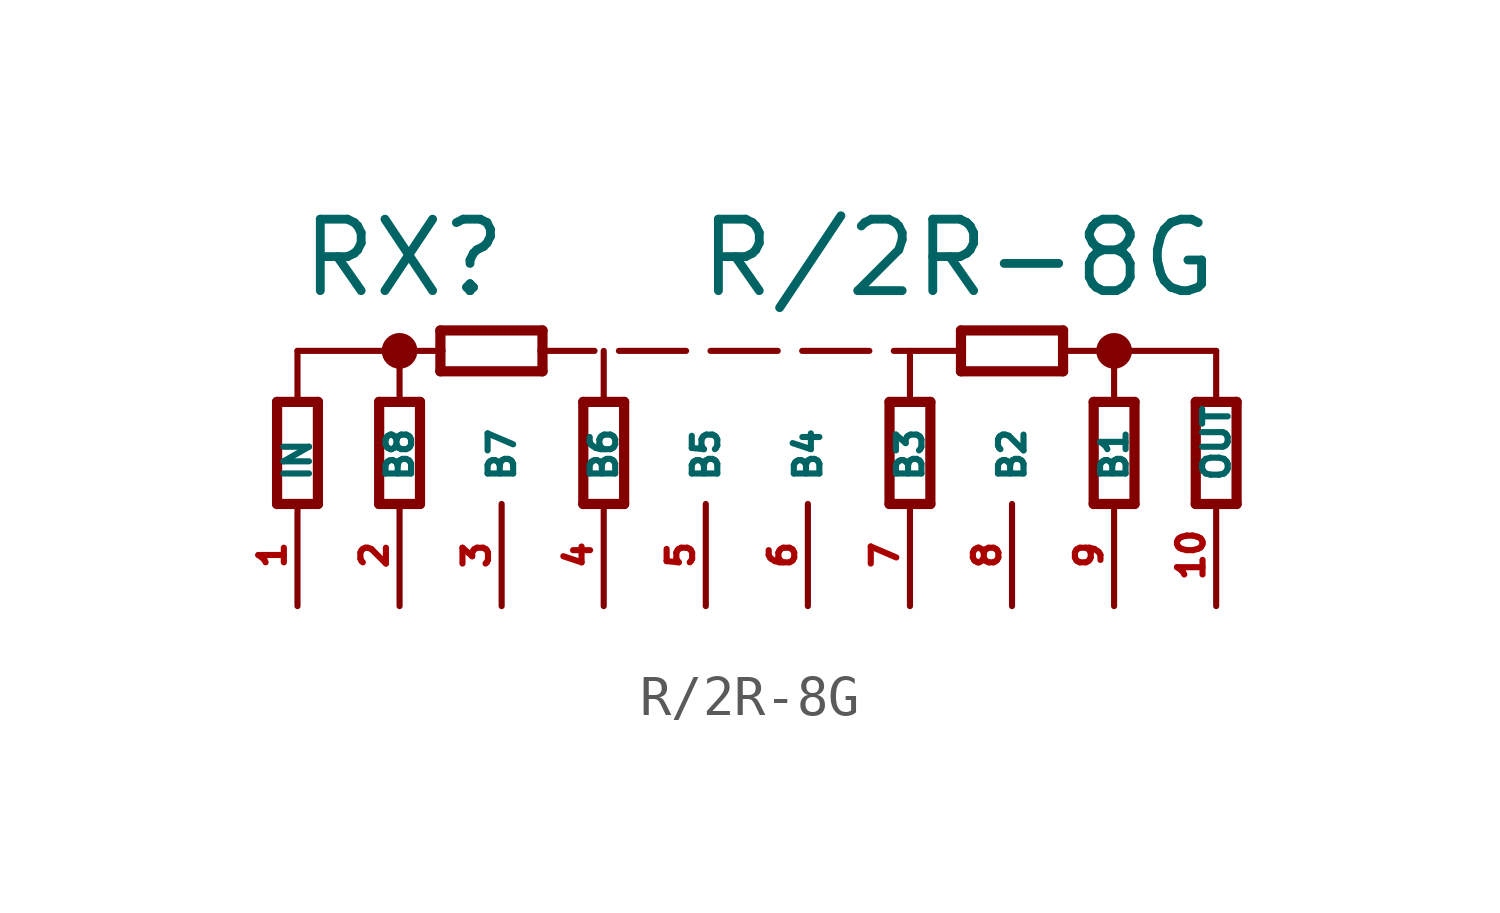
<source format=kicad_sym>
(kicad_symbol_lib
  (version 20220914)
  (generator Eagle2Kicad)
  (symbol "R/2R-8G"
    (property "Reference" "RX"
      (at -10.16 2.54 0)
      (effects (font (size 1.778 1.778) (thickness 0.22)) (justify left bottom)))
    (property "Value" "R/2R-8G"
      (at -0.254 2.54 0)
      (effects (font (size 1.778 1.778) (thickness 0.22)) (justify left bottom)))
    (polyline
      (pts (xy 9.652 -2.54) (xy 9.652 0))
      (stroke (width 0.254) (type default))
      (fill (type none)))
    (polyline
      (pts (xy 10.668 0) (xy 10.668 -2.54))
      (stroke (width 0.254) (type default))
      (fill (type none)))
    (polyline
      (pts (xy 9.652 0) (xy 10.16 0))
      (stroke (width 0.254) (type default))
      (fill (type none)))
    (polyline
      (pts (xy 10.16 0) (xy 10.668 0))
      (stroke (width 0.254) (type default))
      (fill (type none)))
    (polyline
      (pts (xy 10.668 -2.54) (xy 9.652 -2.54))
      (stroke (width 0.254) (type default))
      (fill (type none)))
    (polyline
      (pts (xy 6.35 1.778) (xy 8.89 1.778))
      (stroke (width 0.254) (type default))
      (fill (type none)))
    (polyline
      (pts (xy 8.89 0.762) (xy 6.35 0.762))
      (stroke (width 0.254) (type default))
      (fill (type none)))
    (polyline
      (pts (xy 8.89 1.778) (xy 8.89 1.27))
      (stroke (width 0.254) (type default))
      (fill (type none)))
    (polyline
      (pts (xy 8.89 1.27) (xy 8.89 0.762))
      (stroke (width 0.254) (type default))
      (fill (type none)))
    (polyline
      (pts (xy 6.35 0.762) (xy 6.35 1.27))
      (stroke (width 0.254) (type default))
      (fill (type none)))
    (polyline
      (pts (xy 6.35 1.27) (xy 6.35 1.778))
      (stroke (width 0.254) (type default))
      (fill (type none)))
    (polyline
      (pts (xy 8.89 1.27) (xy 10.16 1.27))
      (stroke (width 0.152) (type default))
      (fill (type none)))
    (polyline
      (pts (xy 10.16 1.27) (xy 12.7 1.27))
      (stroke (width 0.152) (type default))
      (fill (type none)))
    (polyline
      (pts (xy 12.7 0) (xy 12.7 1.27))
      (stroke (width 0.152) (type default))
      (fill (type none)))
    (polyline
      (pts (xy 10.16 0) (xy 10.16 1.27))
      (stroke (width 0.152) (type default))
      (fill (type none)))
    (polyline
      (pts (xy -7.62 1.27) (xy -10.16 1.27))
      (stroke (width 0.152) (type default))
      (fill (type none)))
    (polyline
      (pts (xy -10.16 0) (xy -10.16 1.27))
      (stroke (width 0.152) (type default))
      (fill (type none)))
    (polyline
      (pts (xy -6.604 1.778) (xy -4.064 1.778))
      (stroke (width 0.254) (type default))
      (fill (type none)))
    (polyline
      (pts (xy -4.064 0.762) (xy -6.604 0.762))
      (stroke (width 0.254) (type default))
      (fill (type none)))
    (polyline
      (pts (xy -4.064 1.778) (xy -4.064 1.27))
      (stroke (width 0.254) (type default))
      (fill (type none)))
    (polyline
      (pts (xy -4.064 1.27) (xy -4.064 0.762))
      (stroke (width 0.254) (type default))
      (fill (type none)))
    (polyline
      (pts (xy -6.604 0.762) (xy -6.604 1.27))
      (stroke (width 0.254) (type default))
      (fill (type none)))
    (polyline
      (pts (xy -6.604 1.27) (xy -6.604 1.778))
      (stroke (width 0.254) (type default))
      (fill (type none)))
    (polyline
      (pts (xy -7.62 1.27) (xy -6.604 1.27))
      (stroke (width 0.152) (type default))
      (fill (type none)))
    (polyline
      (pts (xy -7.62 0) (xy -7.62 1.27))
      (stroke (width 0.152) (type default))
      (fill (type none)))
    (polyline
      (pts (xy 12.192 -2.54) (xy 12.192 0))
      (stroke (width 0.254) (type default))
      (fill (type none)))
    (polyline
      (pts (xy 13.208 0) (xy 13.208 -2.54))
      (stroke (width 0.254) (type default))
      (fill (type none)))
    (polyline
      (pts (xy 12.192 0) (xy 12.7 0))
      (stroke (width 0.254) (type default))
      (fill (type none)))
    (polyline
      (pts (xy 12.7 0) (xy 13.208 0))
      (stroke (width 0.254) (type default))
      (fill (type none)))
    (polyline
      (pts (xy 13.208 -2.54) (xy 12.192 -2.54))
      (stroke (width 0.254) (type default))
      (fill (type none)))
    (polyline
      (pts (xy -10.668 -2.54) (xy -10.668 0))
      (stroke (width 0.254) (type default))
      (fill (type none)))
    (polyline
      (pts (xy -9.652 0) (xy -9.652 -2.54))
      (stroke (width 0.254) (type default))
      (fill (type none)))
    (polyline
      (pts (xy -10.668 0) (xy -10.16 0))
      (stroke (width 0.254) (type default))
      (fill (type none)))
    (polyline
      (pts (xy -10.16 0) (xy -9.652 0))
      (stroke (width 0.254) (type default))
      (fill (type none)))
    (polyline
      (pts (xy -9.652 -2.54) (xy -10.668 -2.54))
      (stroke (width 0.254) (type default))
      (fill (type none)))
    (polyline
      (pts (xy -8.128 -2.54) (xy -8.128 0))
      (stroke (width 0.254) (type default))
      (fill (type none)))
    (polyline
      (pts (xy -7.112 0) (xy -7.112 -2.54))
      (stroke (width 0.254) (type default))
      (fill (type none)))
    (polyline
      (pts (xy -8.128 0) (xy -7.62 0))
      (stroke (width 0.254) (type default))
      (fill (type none)))
    (polyline
      (pts (xy -7.62 0) (xy -7.112 0))
      (stroke (width 0.254) (type default))
      (fill (type none)))
    (polyline
      (pts (xy -7.112 -2.54) (xy -8.128 -2.54))
      (stroke (width 0.254) (type default))
      (fill (type none)))
    (polyline
      (pts (xy 6.35 1.27) (xy -4.064 1.27))
      (stroke (width 0.152) (type dash))
      (fill (type none)))
    (polyline
      (pts (xy 4.572 -2.54) (xy 4.572 0))
      (stroke (width 0.254) (type default))
      (fill (type none)))
    (polyline
      (pts (xy 5.588 0) (xy 5.588 -2.54))
      (stroke (width 0.254) (type default))
      (fill (type none)))
    (polyline
      (pts (xy 4.572 0) (xy 5.08 0))
      (stroke (width 0.254) (type default))
      (fill (type none)))
    (polyline
      (pts (xy 5.08 0) (xy 5.588 0))
      (stroke (width 0.254) (type default))
      (fill (type none)))
    (polyline
      (pts (xy 5.588 -2.54) (xy 4.572 -2.54))
      (stroke (width 0.254) (type default))
      (fill (type none)))
    (polyline
      (pts (xy 5.08 0) (xy 5.08 1.27))
      (stroke (width 0.152) (type default))
      (fill (type none)))
    (polyline
      (pts (xy -3.048 -2.54) (xy -3.048 0))
      (stroke (width 0.254) (type default))
      (fill (type none)))
    (polyline
      (pts (xy -2.032 0) (xy -2.032 -2.54))
      (stroke (width 0.254) (type default))
      (fill (type none)))
    (polyline
      (pts (xy -3.048 0) (xy -2.54 0))
      (stroke (width 0.254) (type default))
      (fill (type none)))
    (polyline
      (pts (xy -2.54 0) (xy -2.032 0))
      (stroke (width 0.254) (type default))
      (fill (type none)))
    (polyline
      (pts (xy -2.032 -2.54) (xy -3.048 -2.54))
      (stroke (width 0.254) (type default))
      (fill (type none)))
    (polyline
      (pts (xy -2.54 0) (xy -2.54 1.27))
      (stroke (width 0.152) (type default))
      (fill (type none)))
    (circle
      (center 10.16 1.27)
      (radius 0.254)
      (stroke (width 0.381) (type default))
      (fill (type none)))
    (circle
      (center -7.62 1.27)
      (radius 0.254)
      (stroke (width 0.381) (type default))
      (fill (type none)))
    (pin passive line
      (at 12.7 -5.08 90)
      (length 2.54)
      (name "OUT" (effects (font (size 0.635 0.635) (thickness 0.08)) (justify left bottom)))
      (number "10" (effects (font (size 0.635 0.635) (thickness 0.08)) (justify left bottom))))
    (pin passive line
      (at 10.16 -5.08 90)
      (length 2.54)
      (name "B1" (effects (font (size 0.635 0.635) (thickness 0.08)) (justify left bottom)))
      (number "9" (effects (font (size 0.635 0.635) (thickness 0.08)) (justify left bottom))))
    (pin passive line
      (at 7.62 -5.08 90)
      (length 2.54)
      (name "B2" (effects (font (size 0.635 0.635) (thickness 0.08)) (justify left bottom)))
      (number "8" (effects (font (size 0.635 0.635) (thickness 0.08)) (justify left bottom))))
    (pin passive line
      (at 5.08 -5.08 90)
      (length 2.54)
      (name "B3" (effects (font (size 0.635 0.635) (thickness 0.08)) (justify left bottom)))
      (number "7" (effects (font (size 0.635 0.635) (thickness 0.08)) (justify left bottom))))
    (pin passive line
      (at 2.54 -5.08 90)
      (length 2.54)
      (name "B4" (effects (font (size 0.635 0.635) (thickness 0.08)) (justify left bottom)))
      (number "6" (effects (font (size 0.635 0.635) (thickness 0.08)) (justify left bottom))))
    (pin passive line
      (at 0 -5.08 90)
      (length 2.54)
      (name "B5" (effects (font (size 0.635 0.635) (thickness 0.08)) (justify left bottom)))
      (number "5" (effects (font (size 0.635 0.635) (thickness 0.08)) (justify left bottom))))
    (pin passive line
      (at -2.54 -5.08 90)
      (length 2.54)
      (name "B6" (effects (font (size 0.635 0.635) (thickness 0.08)) (justify left bottom)))
      (number "4" (effects (font (size 0.635 0.635) (thickness 0.08)) (justify left bottom))))
    (pin passive line
      (at -5.08 -5.08 90)
      (length 2.54)
      (name "B7" (effects (font (size 0.635 0.635) (thickness 0.08)) (justify left bottom)))
      (number "3" (effects (font (size 0.635 0.635) (thickness 0.08)) (justify left bottom))))
    (pin passive line
      (at -7.62 -5.08 90)
      (length 2.54)
      (name "B8" (effects (font (size 0.635 0.635) (thickness 0.08)) (justify left bottom)))
      (number "2" (effects (font (size 0.635 0.635) (thickness 0.08)) (justify left bottom))))
    (pin passive line
      (at -10.16 -5.08 90)
      (length 2.54)
      (name "IN" (effects (font (size 0.635 0.635) (thickness 0.08)) (justify left bottom)))
      (number "1" (effects (font (size 0.635 0.635) (thickness 0.08)) (justify left bottom))))))
</source>
